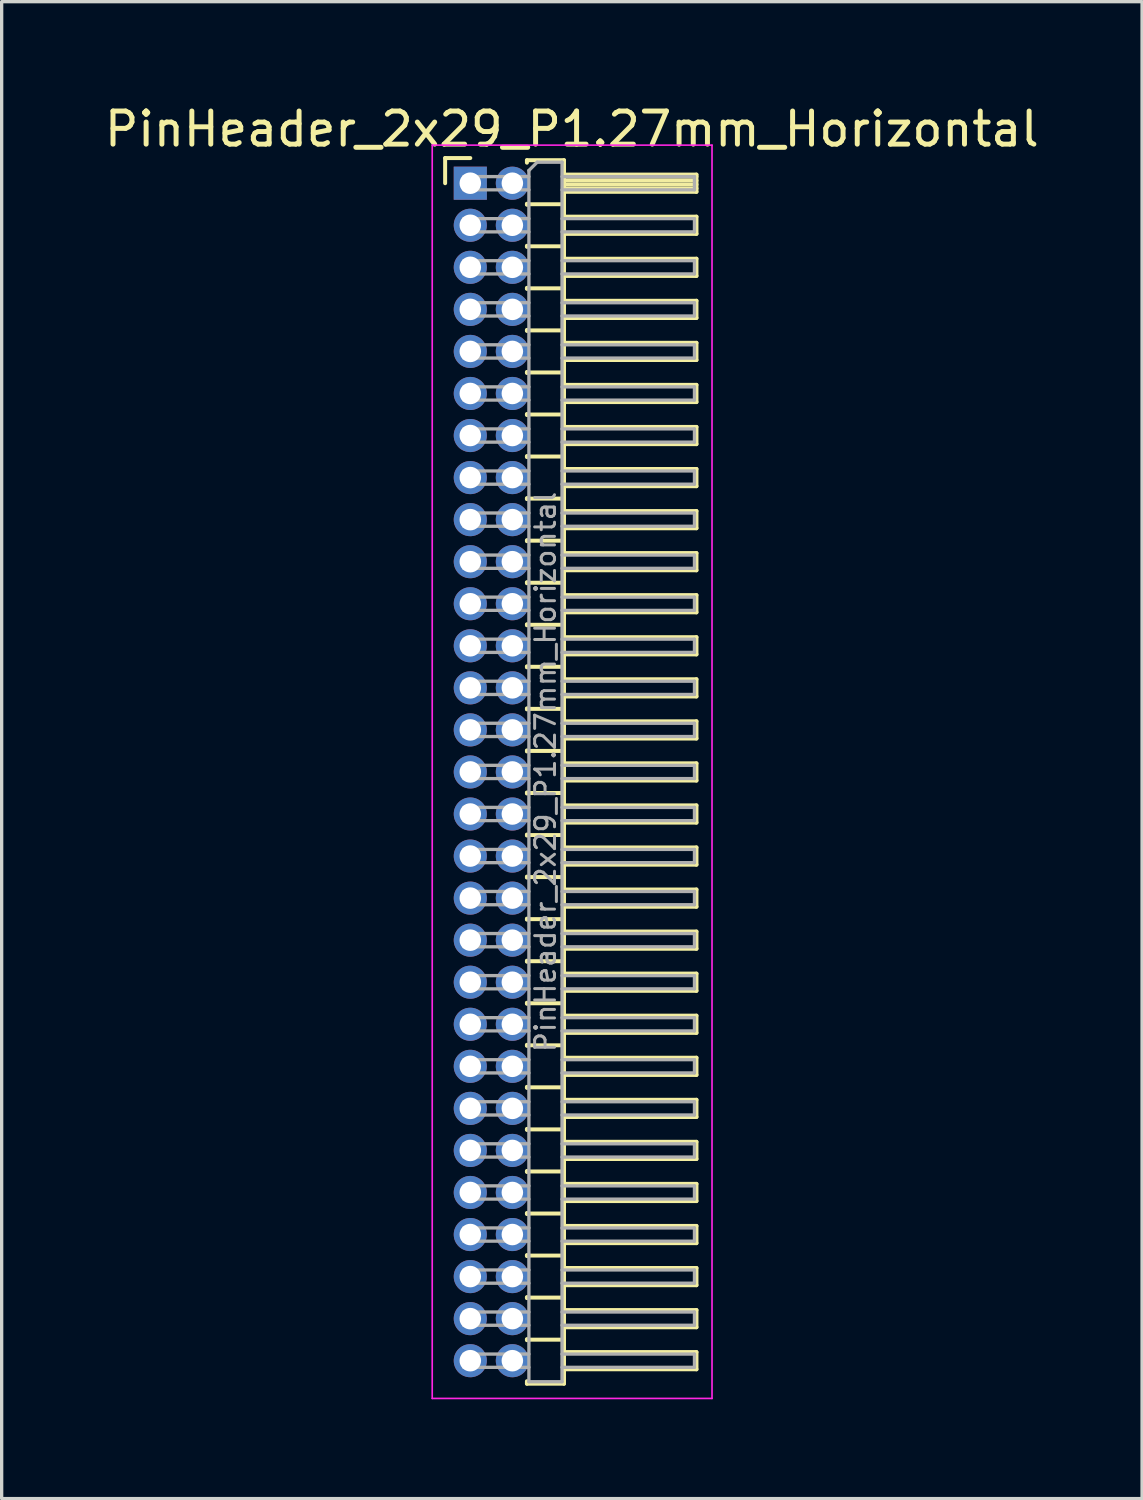
<source format=kicad_pcb>
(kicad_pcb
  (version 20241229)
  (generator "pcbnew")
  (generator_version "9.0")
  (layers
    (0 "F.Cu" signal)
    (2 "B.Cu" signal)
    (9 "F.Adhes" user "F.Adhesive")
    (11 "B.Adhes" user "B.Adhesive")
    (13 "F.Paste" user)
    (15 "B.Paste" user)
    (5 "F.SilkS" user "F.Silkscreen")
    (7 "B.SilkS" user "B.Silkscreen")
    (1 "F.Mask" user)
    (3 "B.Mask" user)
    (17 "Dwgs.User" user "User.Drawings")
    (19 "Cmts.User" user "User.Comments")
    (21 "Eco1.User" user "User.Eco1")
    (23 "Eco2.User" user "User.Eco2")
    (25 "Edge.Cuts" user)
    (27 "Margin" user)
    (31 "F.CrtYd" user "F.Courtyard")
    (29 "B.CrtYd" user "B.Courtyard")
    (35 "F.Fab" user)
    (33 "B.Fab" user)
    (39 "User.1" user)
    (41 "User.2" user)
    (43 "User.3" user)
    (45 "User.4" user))
  (footprint "PinHeader_2x29_P1.27mm_Horizontal"
    (layer "F.Cu")
    (at 11.153 2.483)
    (property "Reference" "PinHeader_2x29_P1.27mm_Horizontal" (at 3.067 -1.635 0) (layer "F.SilkS") (effects (font (size 1 1) (thickness 0.15))))
    (attr through_hole)
    (fp_line (start -0.76 -0.76) (end 0 -0.76) (stroke (width 0.12) (type solid)) (layer "F.SilkS"))
    (fp_line (start -0.76 0) (end -0.76 -0.76) (stroke (width 0.12) (type solid)) (layer "F.SilkS"))
    (fp_line (start 1.71 -0.695) (end 2.83 -0.695) (stroke (width 0.12) (type solid)) (layer "F.SilkS"))
    (fp_line (start 1.71 -0.62) (end 1.71 -0.695) (stroke (width 0.12) (type solid)) (layer "F.SilkS"))
    (fp_line (start 1.71 0.62) (end 1.71 0.65) (stroke (width 0.12) (type solid)) (layer "F.SilkS"))
    (fp_line (start 1.71 0.635) (end 2.83 0.635) (stroke (width 0.12) (type solid)) (layer "F.SilkS"))
    (fp_line (start 1.71 1.89) (end 1.71 1.92) (stroke (width 0.12) (type solid)) (layer "F.SilkS"))
    (fp_line (start 1.71 1.905) (end 2.83 1.905) (stroke (width 0.12) (type solid)) (layer "F.SilkS"))
    (fp_line (start 1.71 3.16) (end 1.71 3.19) (stroke (width 0.12) (type solid)) (layer "F.SilkS"))
    (fp_line (start 1.71 3.175) (end 2.83 3.175) (stroke (width 0.12) (type solid)) (layer "F.SilkS"))
    (fp_line (start 1.71 4.43) (end 1.71 4.46) (stroke (width 0.12) (type solid)) (layer "F.SilkS"))
    (fp_line (start 1.71 4.445) (end 2.83 4.445) (stroke (width 0.12) (type solid)) (layer "F.SilkS"))
    (fp_line (start 1.71 5.7) (end 1.71 5.73) (stroke (width 0.12) (type solid)) (layer "F.SilkS"))
    (fp_line (start 1.71 5.715) (end 2.83 5.715) (stroke (width 0.12) (type solid)) (layer "F.SilkS"))
    (fp_line (start 1.71 6.97) (end 1.71 7) (stroke (width 0.12) (type solid)) (layer "F.SilkS"))
    (fp_line (start 1.71 6.985) (end 2.83 6.985) (stroke (width 0.12) (type solid)) (layer "F.SilkS"))
    (fp_line (start 1.71 8.24) (end 1.71 8.27) (stroke (width 0.12) (type solid)) (layer "F.SilkS"))
    (fp_line (start 1.71 8.255) (end 2.83 8.255) (stroke (width 0.12) (type solid)) (layer "F.SilkS"))
    (fp_line (start 1.71 9.51) (end 1.71 9.54) (stroke (width 0.12) (type solid)) (layer "F.SilkS"))
    (fp_line (start 1.71 9.525) (end 2.83 9.525) (stroke (width 0.12) (type solid)) (layer "F.SilkS"))
    (fp_line (start 1.71 10.78) (end 1.71 10.81) (stroke (width 0.12) (type solid)) (layer "F.SilkS"))
    (fp_line (start 1.71 10.795) (end 2.83 10.795) (stroke (width 0.12) (type solid)) (layer "F.SilkS"))
    (fp_line (start 1.71 12.05) (end 1.71 12.08) (stroke (width 0.12) (type solid)) (layer "F.SilkS"))
    (fp_line (start 1.71 12.065) (end 2.83 12.065) (stroke (width 0.12) (type solid)) (layer "F.SilkS"))
    (fp_line (start 1.71 13.32) (end 1.71 13.35) (stroke (width 0.12) (type solid)) (layer "F.SilkS"))
    (fp_line (start 1.71 13.335) (end 2.83 13.335) (stroke (width 0.12) (type solid)) (layer "F.SilkS"))
    (fp_line (start 1.71 14.59) (end 1.71 14.62) (stroke (width 0.12) (type solid)) (layer "F.SilkS"))
    (fp_line (start 1.71 14.605) (end 2.83 14.605) (stroke (width 0.12) (type solid)) (layer "F.SilkS"))
    (fp_line (start 1.71 15.86) (end 1.71 15.89) (stroke (width 0.12) (type solid)) (layer "F.SilkS"))
    (fp_line (start 1.71 15.875) (end 2.83 15.875) (stroke (width 0.12) (type solid)) (layer "F.SilkS"))
    (fp_line (start 1.71 17.13) (end 1.71 17.16) (stroke (width 0.12) (type solid)) (layer "F.SilkS"))
    (fp_line (start 1.71 17.145) (end 2.83 17.145) (stroke (width 0.12) (type solid)) (layer "F.SilkS"))
    (fp_line (start 1.71 18.4) (end 1.71 18.43) (stroke (width 0.12) (type solid)) (layer "F.SilkS"))
    (fp_line (start 1.71 18.415) (end 2.83 18.415) (stroke (width 0.12) (type solid)) (layer "F.SilkS"))
    (fp_line (start 1.71 19.67) (end 1.71 19.7) (stroke (width 0.12) (type solid)) (layer "F.SilkS"))
    (fp_line (start 1.71 19.685) (end 2.83 19.685) (stroke (width 0.12) (type solid)) (layer "F.SilkS"))
    (fp_line (start 1.71 20.94) (end 1.71 20.97) (stroke (width 0.12) (type solid)) (layer "F.SilkS"))
    (fp_line (start 1.71 20.955) (end 2.83 20.955) (stroke (width 0.12) (type solid)) (layer "F.SilkS"))
    (fp_line (start 1.71 22.21) (end 1.71 22.24) (stroke (width 0.12) (type solid)) (layer "F.SilkS"))
    (fp_line (start 1.71 22.225) (end 2.83 22.225) (stroke (width 0.12) (type solid)) (layer "F.SilkS"))
    (fp_line (start 1.71 23.48) (end 1.71 23.51) (stroke (width 0.12) (type solid)) (layer "F.SilkS"))
    (fp_line (start 1.71 23.495) (end 2.83 23.495) (stroke (width 0.12) (type solid)) (layer "F.SilkS"))
    (fp_line (start 1.71 24.75) (end 1.71 24.78) (stroke (width 0.12) (type solid)) (layer "F.SilkS"))
    (fp_line (start 1.71 24.765) (end 2.83 24.765) (stroke (width 0.12) (type solid)) (layer "F.SilkS"))
    (fp_line (start 1.71 26.02) (end 1.71 26.05) (stroke (width 0.12) (type solid)) (layer "F.SilkS"))
    (fp_line (start 1.71 26.035) (end 2.83 26.035) (stroke (width 0.12) (type solid)) (layer "F.SilkS"))
    (fp_line (start 1.71 27.29) (end 1.71 27.32) (stroke (width 0.12) (type solid)) (layer "F.SilkS"))
    (fp_line (start 1.71 27.305) (end 2.83 27.305) (stroke (width 0.12) (type solid)) (layer "F.SilkS"))
    (fp_line (start 1.71 28.56) (end 1.71 28.59) (stroke (width 0.12) (type solid)) (layer "F.SilkS"))
    (fp_line (start 1.71 28.575) (end 2.83 28.575) (stroke (width 0.12) (type solid)) (layer "F.SilkS"))
    (fp_line (start 1.71 29.83) (end 1.71 29.86) (stroke (width 0.12) (type solid)) (layer "F.SilkS"))
    (fp_line (start 1.71 29.845) (end 2.83 29.845) (stroke (width 0.12) (type solid)) (layer "F.SilkS"))
    (fp_line (start 1.71 31.1) (end 1.71 31.13) (stroke (width 0.12) (type solid)) (layer "F.SilkS"))
    (fp_line (start 1.71 31.115) (end 2.83 31.115) (stroke (width 0.12) (type solid)) (layer "F.SilkS"))
    (fp_line (start 1.71 32.37) (end 1.71 32.4) (stroke (width 0.12) (type solid)) (layer "F.SilkS"))
    (fp_line (start 1.71 32.385) (end 2.83 32.385) (stroke (width 0.12) (type solid)) (layer "F.SilkS"))
    (fp_line (start 1.71 33.64) (end 1.71 33.67) (stroke (width 0.12) (type solid)) (layer "F.SilkS"))
    (fp_line (start 1.71 33.655) (end 2.83 33.655) (stroke (width 0.12) (type solid)) (layer "F.SilkS"))
    (fp_line (start 1.71 34.91) (end 1.71 34.94) (stroke (width 0.12) (type solid)) (layer "F.SilkS"))
    (fp_line (start 1.71 34.925) (end 2.83 34.925) (stroke (width 0.12) (type solid)) (layer "F.SilkS"))
    (fp_line (start 1.71 36.255) (end 1.71 36.18) (stroke (width 0.12) (type solid)) (layer "F.SilkS"))
    (fp_line (start 2.83 -0.695) (end 2.83 36.255) (stroke (width 0.12) (type solid)) (layer "F.SilkS"))
    (fp_line (start 2.83 -0.26) (end 6.83 -0.26) (stroke (width 0.12) (type solid)) (layer "F.SilkS"))
    (fp_line (start 2.83 -0.2) (end 6.83 -0.2) (stroke (width 0.12) (type solid)) (layer "F.SilkS"))
    (fp_line (start 2.83 -0.08) (end 6.83 -0.08) (stroke (width 0.12) (type solid)) (layer "F.SilkS"))
    (fp_line (start 2.83 0.04) (end 6.83 0.04) (stroke (width 0.12) (type solid)) (layer "F.SilkS"))
    (fp_line (start 2.83 0.16) (end 6.83 0.16) (stroke (width 0.12) (type solid)) (layer "F.SilkS"))
    (fp_line (start 2.83 1.01) (end 6.83 1.01) (stroke (width 0.12) (type solid)) (layer "F.SilkS"))
    (fp_line (start 2.83 2.28) (end 6.83 2.28) (stroke (width 0.12) (type solid)) (layer "F.SilkS"))
    (fp_line (start 2.83 3.55) (end 6.83 3.55) (stroke (width 0.12) (type solid)) (layer "F.SilkS"))
    (fp_line (start 2.83 4.82) (end 6.83 4.82) (stroke (width 0.12) (type solid)) (layer "F.SilkS"))
    (fp_line (start 2.83 6.09) (end 6.83 6.09) (stroke (width 0.12) (type solid)) (layer "F.SilkS"))
    (fp_line (start 2.83 7.36) (end 6.83 7.36) (stroke (width 0.12) (type solid)) (layer "F.SilkS"))
    (fp_line (start 2.83 8.63) (end 6.83 8.63) (stroke (width 0.12) (type solid)) (layer "F.SilkS"))
    (fp_line (start 2.83 9.9) (end 6.83 9.9) (stroke (width 0.12) (type solid)) (layer "F.SilkS"))
    (fp_line (start 2.83 11.17) (end 6.83 11.17) (stroke (width 0.12) (type solid)) (layer "F.SilkS"))
    (fp_line (start 2.83 12.44) (end 6.83 12.44) (stroke (width 0.12) (type solid)) (layer "F.SilkS"))
    (fp_line (start 2.83 13.71) (end 6.83 13.71) (stroke (width 0.12) (type solid)) (layer "F.SilkS"))
    (fp_line (start 2.83 14.98) (end 6.83 14.98) (stroke (width 0.12) (type solid)) (layer "F.SilkS"))
    (fp_line (start 2.83 16.25) (end 6.83 16.25) (stroke (width 0.12) (type solid)) (layer "F.SilkS"))
    (fp_line (start 2.83 17.52) (end 6.83 17.52) (stroke (width 0.12) (type solid)) (layer "F.SilkS"))
    (fp_line (start 2.83 18.79) (end 6.83 18.79) (stroke (width 0.12) (type solid)) (layer "F.SilkS"))
    (fp_line (start 2.83 20.06) (end 6.83 20.06) (stroke (width 0.12) (type solid)) (layer "F.SilkS"))
    (fp_line (start 2.83 21.33) (end 6.83 21.33) (stroke (width 0.12) (type solid)) (layer "F.SilkS"))
    (fp_line (start 2.83 22.6) (end 6.83 22.6) (stroke (width 0.12) (type solid)) (layer "F.SilkS"))
    (fp_line (start 2.83 23.87) (end 6.83 23.87) (stroke (width 0.12) (type solid)) (layer "F.SilkS"))
    (fp_line (start 2.83 25.14) (end 6.83 25.14) (stroke (width 0.12) (type solid)) (layer "F.SilkS"))
    (fp_line (start 2.83 26.41) (end 6.83 26.41) (stroke (width 0.12) (type solid)) (layer "F.SilkS"))
    (fp_line (start 2.83 27.68) (end 6.83 27.68) (stroke (width 0.12) (type solid)) (layer "F.SilkS"))
    (fp_line (start 2.83 28.95) (end 6.83 28.95) (stroke (width 0.12) (type solid)) (layer "F.SilkS"))
    (fp_line (start 2.83 30.22) (end 6.83 30.22) (stroke (width 0.12) (type solid)) (layer "F.SilkS"))
    (fp_line (start 2.83 31.49) (end 6.83 31.49) (stroke (width 0.12) (type solid)) (layer "F.SilkS"))
    (fp_line (start 2.83 32.76) (end 6.83 32.76) (stroke (width 0.12) (type solid)) (layer "F.SilkS"))
    (fp_line (start 2.83 34.03) (end 6.83 34.03) (stroke (width 0.12) (type solid)) (layer "F.SilkS"))
    (fp_line (start 2.83 35.3) (end 6.83 35.3) (stroke (width 0.12) (type solid)) (layer "F.SilkS"))
    (fp_line (start 2.83 36.255) (end 1.71 36.255) (stroke (width 0.12) (type solid)) (layer "F.SilkS"))
    (fp_line (start 6.83 -0.26) (end 6.83 0.26) (stroke (width 0.12) (type solid)) (layer "F.SilkS"))
    (fp_line (start 6.83 0.26) (end 2.83 0.26) (stroke (width 0.12) (type solid)) (layer "F.SilkS"))
    (fp_line (start 6.83 1.01) (end 6.83 1.53) (stroke (width 0.12) (type solid)) (layer "F.SilkS"))
    (fp_line (start 6.83 1.53) (end 2.83 1.53) (stroke (width 0.12) (type solid)) (layer "F.SilkS"))
    (fp_line (start 6.83 2.28) (end 6.83 2.8) (stroke (width 0.12) (type solid)) (layer "F.SilkS"))
    (fp_line (start 6.83 2.8) (end 2.83 2.8) (stroke (width 0.12) (type solid)) (layer "F.SilkS"))
    (fp_line (start 6.83 3.55) (end 6.83 4.07) (stroke (width 0.12) (type solid)) (layer "F.SilkS"))
    (fp_line (start 6.83 4.07) (end 2.83 4.07) (stroke (width 0.12) (type solid)) (layer "F.SilkS"))
    (fp_line (start 6.83 4.82) (end 6.83 5.34) (stroke (width 0.12) (type solid)) (layer "F.SilkS"))
    (fp_line (start 6.83 5.34) (end 2.83 5.34) (stroke (width 0.12) (type solid)) (layer "F.SilkS"))
    (fp_line (start 6.83 6.09) (end 6.83 6.61) (stroke (width 0.12) (type solid)) (layer "F.SilkS"))
    (fp_line (start 6.83 6.61) (end 2.83 6.61) (stroke (width 0.12) (type solid)) (layer "F.SilkS"))
    (fp_line (start 6.83 7.36) (end 6.83 7.88) (stroke (width 0.12) (type solid)) (layer "F.SilkS"))
    (fp_line (start 6.83 7.88) (end 2.83 7.88) (stroke (width 0.12) (type solid)) (layer "F.SilkS"))
    (fp_line (start 6.83 8.63) (end 6.83 9.15) (stroke (width 0.12) (type solid)) (layer "F.SilkS"))
    (fp_line (start 6.83 9.15) (end 2.83 9.15) (stroke (width 0.12) (type solid)) (layer "F.SilkS"))
    (fp_line (start 6.83 9.9) (end 6.83 10.42) (stroke (width 0.12) (type solid)) (layer "F.SilkS"))
    (fp_line (start 6.83 10.42) (end 2.83 10.42) (stroke (width 0.12) (type solid)) (layer "F.SilkS"))
    (fp_line (start 6.83 11.17) (end 6.83 11.69) (stroke (width 0.12) (type solid)) (layer "F.SilkS"))
    (fp_line (start 6.83 11.69) (end 2.83 11.69) (stroke (width 0.12) (type solid)) (layer "F.SilkS"))
    (fp_line (start 6.83 12.44) (end 6.83 12.96) (stroke (width 0.12) (type solid)) (layer "F.SilkS"))
    (fp_line (start 6.83 12.96) (end 2.83 12.96) (stroke (width 0.12) (type solid)) (layer "F.SilkS"))
    (fp_line (start 6.83 13.71) (end 6.83 14.23) (stroke (width 0.12) (type solid)) (layer "F.SilkS"))
    (fp_line (start 6.83 14.23) (end 2.83 14.23) (stroke (width 0.12) (type solid)) (layer "F.SilkS"))
    (fp_line (start 6.83 14.98) (end 6.83 15.5) (stroke (width 0.12) (type solid)) (layer "F.SilkS"))
    (fp_line (start 6.83 15.5) (end 2.83 15.5) (stroke (width 0.12) (type solid)) (layer "F.SilkS"))
    (fp_line (start 6.83 16.25) (end 6.83 16.77) (stroke (width 0.12) (type solid)) (layer "F.SilkS"))
    (fp_line (start 6.83 16.77) (end 2.83 16.77) (stroke (width 0.12) (type solid)) (layer "F.SilkS"))
    (fp_line (start 6.83 17.52) (end 6.83 18.04) (stroke (width 0.12) (type solid)) (layer "F.SilkS"))
    (fp_line (start 6.83 18.04) (end 2.83 18.04) (stroke (width 0.12) (type solid)) (layer "F.SilkS"))
    (fp_line (start 6.83 18.79) (end 6.83 19.31) (stroke (width 0.12) (type solid)) (layer "F.SilkS"))
    (fp_line (start 6.83 19.31) (end 2.83 19.31) (stroke (width 0.12) (type solid)) (layer "F.SilkS"))
    (fp_line (start 6.83 20.06) (end 6.83 20.58) (stroke (width 0.12) (type solid)) (layer "F.SilkS"))
    (fp_line (start 6.83 20.58) (end 2.83 20.58) (stroke (width 0.12) (type solid)) (layer "F.SilkS"))
    (fp_line (start 6.83 21.33) (end 6.83 21.85) (stroke (width 0.12) (type solid)) (layer "F.SilkS"))
    (fp_line (start 6.83 21.85) (end 2.83 21.85) (stroke (width 0.12) (type solid)) (layer "F.SilkS"))
    (fp_line (start 6.83 22.6) (end 6.83 23.12) (stroke (width 0.12) (type solid)) (layer "F.SilkS"))
    (fp_line (start 6.83 23.12) (end 2.83 23.12) (stroke (width 0.12) (type solid)) (layer "F.SilkS"))
    (fp_line (start 6.83 23.87) (end 6.83 24.39) (stroke (width 0.12) (type solid)) (layer "F.SilkS"))
    (fp_line (start 6.83 24.39) (end 2.83 24.39) (stroke (width 0.12) (type solid)) (layer "F.SilkS"))
    (fp_line (start 6.83 25.14) (end 6.83 25.66) (stroke (width 0.12) (type solid)) (layer "F.SilkS"))
    (fp_line (start 6.83 25.66) (end 2.83 25.66) (stroke (width 0.12) (type solid)) (layer "F.SilkS"))
    (fp_line (start 6.83 26.41) (end 6.83 26.93) (stroke (width 0.12) (type solid)) (layer "F.SilkS"))
    (fp_line (start 6.83 26.93) (end 2.83 26.93) (stroke (width 0.12) (type solid)) (layer "F.SilkS"))
    (fp_line (start 6.83 27.68) (end 6.83 28.2) (stroke (width 0.12) (type solid)) (layer "F.SilkS"))
    (fp_line (start 6.83 28.2) (end 2.83 28.2) (stroke (width 0.12) (type solid)) (layer "F.SilkS"))
    (fp_line (start 6.83 28.95) (end 6.83 29.47) (stroke (width 0.12) (type solid)) (layer "F.SilkS"))
    (fp_line (start 6.83 29.47) (end 2.83 29.47) (stroke (width 0.12) (type solid)) (layer "F.SilkS"))
    (fp_line (start 6.83 30.22) (end 6.83 30.74) (stroke (width 0.12) (type solid)) (layer "F.SilkS"))
    (fp_line (start 6.83 30.74) (end 2.83 30.74) (stroke (width 0.12) (type solid)) (layer "F.SilkS"))
    (fp_line (start 6.83 31.49) (end 6.83 32.01) (stroke (width 0.12) (type solid)) (layer "F.SilkS"))
    (fp_line (start 6.83 32.01) (end 2.83 32.01) (stroke (width 0.12) (type solid)) (layer "F.SilkS"))
    (fp_line (start 6.83 32.76) (end 6.83 33.28) (stroke (width 0.12) (type solid)) (layer "F.SilkS"))
    (fp_line (start 6.83 33.28) (end 2.83 33.28) (stroke (width 0.12) (type solid)) (layer "F.SilkS"))
    (fp_line (start 6.83 34.03) (end 6.83 34.55) (stroke (width 0.12) (type solid)) (layer "F.SilkS"))
    (fp_line (start 6.83 34.55) (end 2.83 34.55) (stroke (width 0.12) (type solid)) (layer "F.SilkS"))
    (fp_line (start 6.83 35.3) (end 6.83 35.82) (stroke (width 0.12) (type solid)) (layer "F.SilkS"))
    (fp_line (start 6.83 35.82) (end 2.83 35.82) (stroke (width 0.12) (type solid)) (layer "F.SilkS"))
    (fp_line (start -1.15 -1.15) (end -1.15 36.7) (stroke (width 0.05) (type solid)) (layer "F.CrtYd"))
    (fp_line (start -1.15 36.7) (end 7.3 36.7) (stroke (width 0.05) (type solid)) (layer "F.CrtYd"))
    (fp_line (start 7.3 -1.15) (end -1.15 -1.15) (stroke (width 0.05) (type solid)) (layer "F.CrtYd"))
    (fp_line (start 7.3 36.7) (end 7.3 -1.15) (stroke (width 0.05) (type solid)) (layer "F.CrtYd"))
    (fp_line (start -0.2 -0.2) (end -0.2 0.2) (stroke (width 0.1) (type solid)) (layer "F.Fab"))
    (fp_line (start -0.2 -0.2) (end 1.77 -0.2) (stroke (width 0.1) (type solid)) (layer "F.Fab"))
    (fp_line (start -0.2 0.2) (end 1.77 0.2) (stroke (width 0.1) (type solid)) (layer "F.Fab"))
    (fp_line (start -0.2 1.07) (end -0.2 1.47) (stroke (width 0.1) (type solid)) (layer "F.Fab"))
    (fp_line (start -0.2 1.07) (end 1.77 1.07) (stroke (width 0.1) (type solid)) (layer "F.Fab"))
    (fp_line (start -0.2 1.47) (end 1.77 1.47) (stroke (width 0.1) (type solid)) (layer "F.Fab"))
    (fp_line (start -0.2 2.34) (end -0.2 2.74) (stroke (width 0.1) (type solid)) (layer "F.Fab"))
    (fp_line (start -0.2 2.34) (end 1.77 2.34) (stroke (width 0.1) (type solid)) (layer "F.Fab"))
    (fp_line (start -0.2 2.74) (end 1.77 2.74) (stroke (width 0.1) (type solid)) (layer "F.Fab"))
    (fp_line (start -0.2 3.61) (end -0.2 4.01) (stroke (width 0.1) (type solid)) (layer "F.Fab"))
    (fp_line (start -0.2 3.61) (end 1.77 3.61) (stroke (width 0.1) (type solid)) (layer "F.Fab"))
    (fp_line (start -0.2 4.01) (end 1.77 4.01) (stroke (width 0.1) (type solid)) (layer "F.Fab"))
    (fp_line (start -0.2 4.88) (end -0.2 5.28) (stroke (width 0.1) (type solid)) (layer "F.Fab"))
    (fp_line (start -0.2 4.88) (end 1.77 4.88) (stroke (width 0.1) (type solid)) (layer "F.Fab"))
    (fp_line (start -0.2 5.28) (end 1.77 5.28) (stroke (width 0.1) (type solid)) (layer "F.Fab"))
    (fp_line (start -0.2 6.15) (end -0.2 6.55) (stroke (width 0.1) (type solid)) (layer "F.Fab"))
    (fp_line (start -0.2 6.15) (end 1.77 6.15) (stroke (width 0.1) (type solid)) (layer "F.Fab"))
    (fp_line (start -0.2 6.55) (end 1.77 6.55) (stroke (width 0.1) (type solid)) (layer "F.Fab"))
    (fp_line (start -0.2 7.42) (end -0.2 7.82) (stroke (width 0.1) (type solid)) (layer "F.Fab"))
    (fp_line (start -0.2 7.42) (end 1.77 7.42) (stroke (width 0.1) (type solid)) (layer "F.Fab"))
    (fp_line (start -0.2 7.82) (end 1.77 7.82) (stroke (width 0.1) (type solid)) (layer "F.Fab"))
    (fp_line (start -0.2 8.69) (end -0.2 9.09) (stroke (width 0.1) (type solid)) (layer "F.Fab"))
    (fp_line (start -0.2 8.69) (end 1.77 8.69) (stroke (width 0.1) (type solid)) (layer "F.Fab"))
    (fp_line (start -0.2 9.09) (end 1.77 9.09) (stroke (width 0.1) (type solid)) (layer "F.Fab"))
    (fp_line (start -0.2 9.96) (end -0.2 10.36) (stroke (width 0.1) (type solid)) (layer "F.Fab"))
    (fp_line (start -0.2 9.96) (end 1.77 9.96) (stroke (width 0.1) (type solid)) (layer "F.Fab"))
    (fp_line (start -0.2 10.36) (end 1.77 10.36) (stroke (width 0.1) (type solid)) (layer "F.Fab"))
    (fp_line (start -0.2 11.23) (end -0.2 11.63) (stroke (width 0.1) (type solid)) (layer "F.Fab"))
    (fp_line (start -0.2 11.23) (end 1.77 11.23) (stroke (width 0.1) (type solid)) (layer "F.Fab"))
    (fp_line (start -0.2 11.63) (end 1.77 11.63) (stroke (width 0.1) (type solid)) (layer "F.Fab"))
    (fp_line (start -0.2 12.5) (end -0.2 12.9) (stroke (width 0.1) (type solid)) (layer "F.Fab"))
    (fp_line (start -0.2 12.5) (end 1.77 12.5) (stroke (width 0.1) (type solid)) (layer "F.Fab"))
    (fp_line (start -0.2 12.9) (end 1.77 12.9) (stroke (width 0.1) (type solid)) (layer "F.Fab"))
    (fp_line (start -0.2 13.77) (end -0.2 14.17) (stroke (width 0.1) (type solid)) (layer "F.Fab"))
    (fp_line (start -0.2 13.77) (end 1.77 13.77) (stroke (width 0.1) (type solid)) (layer "F.Fab"))
    (fp_line (start -0.2 14.17) (end 1.77 14.17) (stroke (width 0.1) (type solid)) (layer "F.Fab"))
    (fp_line (start -0.2 15.04) (end -0.2 15.44) (stroke (width 0.1) (type solid)) (layer "F.Fab"))
    (fp_line (start -0.2 15.04) (end 1.77 15.04) (stroke (width 0.1) (type solid)) (layer "F.Fab"))
    (fp_line (start -0.2 15.44) (end 1.77 15.44) (stroke (width 0.1) (type solid)) (layer "F.Fab"))
    (fp_line (start -0.2 16.31) (end -0.2 16.71) (stroke (width 0.1) (type solid)) (layer "F.Fab"))
    (fp_line (start -0.2 16.31) (end 1.77 16.31) (stroke (width 0.1) (type solid)) (layer "F.Fab"))
    (fp_line (start -0.2 16.71) (end 1.77 16.71) (stroke (width 0.1) (type solid)) (layer "F.Fab"))
    (fp_line (start -0.2 17.58) (end -0.2 17.98) (stroke (width 0.1) (type solid)) (layer "F.Fab"))
    (fp_line (start -0.2 17.58) (end 1.77 17.58) (stroke (width 0.1) (type solid)) (layer "F.Fab"))
    (fp_line (start -0.2 17.98) (end 1.77 17.98) (stroke (width 0.1) (type solid)) (layer "F.Fab"))
    (fp_line (start -0.2 18.85) (end -0.2 19.25) (stroke (width 0.1) (type solid)) (layer "F.Fab"))
    (fp_line (start -0.2 18.85) (end 1.77 18.85) (stroke (width 0.1) (type solid)) (layer "F.Fab"))
    (fp_line (start -0.2 19.25) (end 1.77 19.25) (stroke (width 0.1) (type solid)) (layer "F.Fab"))
    (fp_line (start -0.2 20.12) (end -0.2 20.52) (stroke (width 0.1) (type solid)) (layer "F.Fab"))
    (fp_line (start -0.2 20.12) (end 1.77 20.12) (stroke (width 0.1) (type solid)) (layer "F.Fab"))
    (fp_line (start -0.2 20.52) (end 1.77 20.52) (stroke (width 0.1) (type solid)) (layer "F.Fab"))
    (fp_line (start -0.2 21.39) (end -0.2 21.79) (stroke (width 0.1) (type solid)) (layer "F.Fab"))
    (fp_line (start -0.2 21.39) (end 1.77 21.39) (stroke (width 0.1) (type solid)) (layer "F.Fab"))
    (fp_line (start -0.2 21.79) (end 1.77 21.79) (stroke (width 0.1) (type solid)) (layer "F.Fab"))
    (fp_line (start -0.2 22.66) (end -0.2 23.06) (stroke (width 0.1) (type solid)) (layer "F.Fab"))
    (fp_line (start -0.2 22.66) (end 1.77 22.66) (stroke (width 0.1) (type solid)) (layer "F.Fab"))
    (fp_line (start -0.2 23.06) (end 1.77 23.06) (stroke (width 0.1) (type solid)) (layer "F.Fab"))
    (fp_line (start -0.2 23.93) (end -0.2 24.33) (stroke (width 0.1) (type solid)) (layer "F.Fab"))
    (fp_line (start -0.2 23.93) (end 1.77 23.93) (stroke (width 0.1) (type solid)) (layer "F.Fab"))
    (fp_line (start -0.2 24.33) (end 1.77 24.33) (stroke (width 0.1) (type solid)) (layer "F.Fab"))
    (fp_line (start -0.2 25.2) (end -0.2 25.6) (stroke (width 0.1) (type solid)) (layer "F.Fab"))
    (fp_line (start -0.2 25.2) (end 1.77 25.2) (stroke (width 0.1) (type solid)) (layer "F.Fab"))
    (fp_line (start -0.2 25.6) (end 1.77 25.6) (stroke (width 0.1) (type solid)) (layer "F.Fab"))
    (fp_line (start -0.2 26.47) (end -0.2 26.87) (stroke (width 0.1) (type solid)) (layer "F.Fab"))
    (fp_line (start -0.2 26.47) (end 1.77 26.47) (stroke (width 0.1) (type solid)) (layer "F.Fab"))
    (fp_line (start -0.2 26.87) (end 1.77 26.87) (stroke (width 0.1) (type solid)) (layer "F.Fab"))
    (fp_line (start -0.2 27.74) (end -0.2 28.14) (stroke (width 0.1) (type solid)) (layer "F.Fab"))
    (fp_line (start -0.2 27.74) (end 1.77 27.74) (stroke (width 0.1) (type solid)) (layer "F.Fab"))
    (fp_line (start -0.2 28.14) (end 1.77 28.14) (stroke (width 0.1) (type solid)) (layer "F.Fab"))
    (fp_line (start -0.2 29.01) (end -0.2 29.41) (stroke (width 0.1) (type solid)) (layer "F.Fab"))
    (fp_line (start -0.2 29.01) (end 1.77 29.01) (stroke (width 0.1) (type solid)) (layer "F.Fab"))
    (fp_line (start -0.2 29.41) (end 1.77 29.41) (stroke (width 0.1) (type solid)) (layer "F.Fab"))
    (fp_line (start -0.2 30.28) (end -0.2 30.68) (stroke (width 0.1) (type solid)) (layer "F.Fab"))
    (fp_line (start -0.2 30.28) (end 1.77 30.28) (stroke (width 0.1) (type solid)) (layer "F.Fab"))
    (fp_line (start -0.2 30.68) (end 1.77 30.68) (stroke (width 0.1) (type solid)) (layer "F.Fab"))
    (fp_line (start -0.2 31.55) (end -0.2 31.95) (stroke (width 0.1) (type solid)) (layer "F.Fab"))
    (fp_line (start -0.2 31.55) (end 1.77 31.55) (stroke (width 0.1) (type solid)) (layer "F.Fab"))
    (fp_line (start -0.2 31.95) (end 1.77 31.95) (stroke (width 0.1) (type solid)) (layer "F.Fab"))
    (fp_line (start -0.2 32.82) (end -0.2 33.22) (stroke (width 0.1) (type solid)) (layer "F.Fab"))
    (fp_line (start -0.2 32.82) (end 1.77 32.82) (stroke (width 0.1) (type solid)) (layer "F.Fab"))
    (fp_line (start -0.2 33.22) (end 1.77 33.22) (stroke (width 0.1) (type solid)) (layer "F.Fab"))
    (fp_line (start -0.2 34.09) (end -0.2 34.49) (stroke (width 0.1) (type solid)) (layer "F.Fab"))
    (fp_line (start -0.2 34.09) (end 1.77 34.09) (stroke (width 0.1) (type solid)) (layer "F.Fab"))
    (fp_line (start -0.2 34.49) (end 1.77 34.49) (stroke (width 0.1) (type solid)) (layer "F.Fab"))
    (fp_line (start -0.2 35.36) (end -0.2 35.76) (stroke (width 0.1) (type solid)) (layer "F.Fab"))
    (fp_line (start -0.2 35.36) (end 1.77 35.36) (stroke (width 0.1) (type solid)) (layer "F.Fab"))
    (fp_line (start -0.2 35.76) (end 1.77 35.76) (stroke (width 0.1) (type solid)) (layer "F.Fab"))
    (fp_line (start 1.77 -0.385) (end 2.02 -0.635) (stroke (width 0.1) (type solid)) (layer "F.Fab"))
    (fp_line (start 1.77 36.195) (end 1.77 -0.385) (stroke (width 0.1) (type solid)) (layer "F.Fab"))
    (fp_line (start 2.02 -0.635) (end 2.77 -0.635) (stroke (width 0.1) (type solid)) (layer "F.Fab"))
    (fp_line (start 2.77 -0.635) (end 2.77 36.195) (stroke (width 0.1) (type solid)) (layer "F.Fab"))
    (fp_line (start 2.77 -0.2) (end 6.77 -0.2) (stroke (width 0.1) (type solid)) (layer "F.Fab"))
    (fp_line (start 2.77 0.2) (end 6.77 0.2) (stroke (width 0.1) (type solid)) (layer "F.Fab"))
    (fp_line (start 2.77 1.07) (end 6.77 1.07) (stroke (width 0.1) (type solid)) (layer "F.Fab"))
    (fp_line (start 2.77 1.47) (end 6.77 1.47) (stroke (width 0.1) (type solid)) (layer "F.Fab"))
    (fp_line (start 2.77 2.34) (end 6.77 2.34) (stroke (width 0.1) (type solid)) (layer "F.Fab"))
    (fp_line (start 2.77 2.74) (end 6.77 2.74) (stroke (width 0.1) (type solid)) (layer "F.Fab"))
    (fp_line (start 2.77 3.61) (end 6.77 3.61) (stroke (width 0.1) (type solid)) (layer "F.Fab"))
    (fp_line (start 2.77 4.01) (end 6.77 4.01) (stroke (width 0.1) (type solid)) (layer "F.Fab"))
    (fp_line (start 2.77 4.88) (end 6.77 4.88) (stroke (width 0.1) (type solid)) (layer "F.Fab"))
    (fp_line (start 2.77 5.28) (end 6.77 5.28) (stroke (width 0.1) (type solid)) (layer "F.Fab"))
    (fp_line (start 2.77 6.15) (end 6.77 6.15) (stroke (width 0.1) (type solid)) (layer "F.Fab"))
    (fp_line (start 2.77 6.55) (end 6.77 6.55) (stroke (width 0.1) (type solid)) (layer "F.Fab"))
    (fp_line (start 2.77 7.42) (end 6.77 7.42) (stroke (width 0.1) (type solid)) (layer "F.Fab"))
    (fp_line (start 2.77 7.82) (end 6.77 7.82) (stroke (width 0.1) (type solid)) (layer "F.Fab"))
    (fp_line (start 2.77 8.69) (end 6.77 8.69) (stroke (width 0.1) (type solid)) (layer "F.Fab"))
    (fp_line (start 2.77 9.09) (end 6.77 9.09) (stroke (width 0.1) (type solid)) (layer "F.Fab"))
    (fp_line (start 2.77 9.96) (end 6.77 9.96) (stroke (width 0.1) (type solid)) (layer "F.Fab"))
    (fp_line (start 2.77 10.36) (end 6.77 10.36) (stroke (width 0.1) (type solid)) (layer "F.Fab"))
    (fp_line (start 2.77 11.23) (end 6.77 11.23) (stroke (width 0.1) (type solid)) (layer "F.Fab"))
    (fp_line (start 2.77 11.63) (end 6.77 11.63) (stroke (width 0.1) (type solid)) (layer "F.Fab"))
    (fp_line (start 2.77 12.5) (end 6.77 12.5) (stroke (width 0.1) (type solid)) (layer "F.Fab"))
    (fp_line (start 2.77 12.9) (end 6.77 12.9) (stroke (width 0.1) (type solid)) (layer "F.Fab"))
    (fp_line (start 2.77 13.77) (end 6.77 13.77) (stroke (width 0.1) (type solid)) (layer "F.Fab"))
    (fp_line (start 2.77 14.17) (end 6.77 14.17) (stroke (width 0.1) (type solid)) (layer "F.Fab"))
    (fp_line (start 2.77 15.04) (end 6.77 15.04) (stroke (width 0.1) (type solid)) (layer "F.Fab"))
    (fp_line (start 2.77 15.44) (end 6.77 15.44) (stroke (width 0.1) (type solid)) (layer "F.Fab"))
    (fp_line (start 2.77 16.31) (end 6.77 16.31) (stroke (width 0.1) (type solid)) (layer "F.Fab"))
    (fp_line (start 2.77 16.71) (end 6.77 16.71) (stroke (width 0.1) (type solid)) (layer "F.Fab"))
    (fp_line (start 2.77 17.58) (end 6.77 17.58) (stroke (width 0.1) (type solid)) (layer "F.Fab"))
    (fp_line (start 2.77 17.98) (end 6.77 17.98) (stroke (width 0.1) (type solid)) (layer "F.Fab"))
    (fp_line (start 2.77 18.85) (end 6.77 18.85) (stroke (width 0.1) (type solid)) (layer "F.Fab"))
    (fp_line (start 2.77 19.25) (end 6.77 19.25) (stroke (width 0.1) (type solid)) (layer "F.Fab"))
    (fp_line (start 2.77 20.12) (end 6.77 20.12) (stroke (width 0.1) (type solid)) (layer "F.Fab"))
    (fp_line (start 2.77 20.52) (end 6.77 20.52) (stroke (width 0.1) (type solid)) (layer "F.Fab"))
    (fp_line (start 2.77 21.39) (end 6.77 21.39) (stroke (width 0.1) (type solid)) (layer "F.Fab"))
    (fp_line (start 2.77 21.79) (end 6.77 21.79) (stroke (width 0.1) (type solid)) (layer "F.Fab"))
    (fp_line (start 2.77 22.66) (end 6.77 22.66) (stroke (width 0.1) (type solid)) (layer "F.Fab"))
    (fp_line (start 2.77 23.06) (end 6.77 23.06) (stroke (width 0.1) (type solid)) (layer "F.Fab"))
    (fp_line (start 2.77 23.93) (end 6.77 23.93) (stroke (width 0.1) (type solid)) (layer "F.Fab"))
    (fp_line (start 2.77 24.33) (end 6.77 24.33) (stroke (width 0.1) (type solid)) (layer "F.Fab"))
    (fp_line (start 2.77 25.2) (end 6.77 25.2) (stroke (width 0.1) (type solid)) (layer "F.Fab"))
    (fp_line (start 2.77 25.6) (end 6.77 25.6) (stroke (width 0.1) (type solid)) (layer "F.Fab"))
    (fp_line (start 2.77 26.47) (end 6.77 26.47) (stroke (width 0.1) (type solid)) (layer "F.Fab"))
    (fp_line (start 2.77 26.87) (end 6.77 26.87) (stroke (width 0.1) (type solid)) (layer "F.Fab"))
    (fp_line (start 2.77 27.74) (end 6.77 27.74) (stroke (width 0.1) (type solid)) (layer "F.Fab"))
    (fp_line (start 2.77 28.14) (end 6.77 28.14) (stroke (width 0.1) (type solid)) (layer "F.Fab"))
    (fp_line (start 2.77 29.01) (end 6.77 29.01) (stroke (width 0.1) (type solid)) (layer "F.Fab"))
    (fp_line (start 2.77 29.41) (end 6.77 29.41) (stroke (width 0.1) (type solid)) (layer "F.Fab"))
    (fp_line (start 2.77 30.28) (end 6.77 30.28) (stroke (width 0.1) (type solid)) (layer "F.Fab"))
    (fp_line (start 2.77 30.68) (end 6.77 30.68) (stroke (width 0.1) (type solid)) (layer "F.Fab"))
    (fp_line (start 2.77 31.55) (end 6.77 31.55) (stroke (width 0.1) (type solid)) (layer "F.Fab"))
    (fp_line (start 2.77 31.95) (end 6.77 31.95) (stroke (width 0.1) (type solid)) (layer "F.Fab"))
    (fp_line (start 2.77 32.82) (end 6.77 32.82) (stroke (width 0.1) (type solid)) (layer "F.Fab"))
    (fp_line (start 2.77 33.22) (end 6.77 33.22) (stroke (width 0.1) (type solid)) (layer "F.Fab"))
    (fp_line (start 2.77 34.09) (end 6.77 34.09) (stroke (width 0.1) (type solid)) (layer "F.Fab"))
    (fp_line (start 2.77 34.49) (end 6.77 34.49) (stroke (width 0.1) (type solid)) (layer "F.Fab"))
    (fp_line (start 2.77 35.36) (end 6.77 35.36) (stroke (width 0.1) (type solid)) (layer "F.Fab"))
    (fp_line (start 2.77 35.76) (end 6.77 35.76) (stroke (width 0.1) (type solid)) (layer "F.Fab"))
    (fp_line (start 2.77 36.195) (end 1.77 36.195) (stroke (width 0.1) (type solid)) (layer "F.Fab"))
    (fp_line (start 6.77 -0.2) (end 6.77 0.2) (stroke (width 0.1) (type solid)) (layer "F.Fab"))
    (fp_line (start 6.77 1.07) (end 6.77 1.47) (stroke (width 0.1) (type solid)) (layer "F.Fab"))
    (fp_line (start 6.77 2.34) (end 6.77 2.74) (stroke (width 0.1) (type solid)) (layer "F.Fab"))
    (fp_line (start 6.77 3.61) (end 6.77 4.01) (stroke (width 0.1) (type solid)) (layer "F.Fab"))
    (fp_line (start 6.77 4.88) (end 6.77 5.28) (stroke (width 0.1) (type solid)) (layer "F.Fab"))
    (fp_line (start 6.77 6.15) (end 6.77 6.55) (stroke (width 0.1) (type solid)) (layer "F.Fab"))
    (fp_line (start 6.77 7.42) (end 6.77 7.82) (stroke (width 0.1) (type solid)) (layer "F.Fab"))
    (fp_line (start 6.77 8.69) (end 6.77 9.09) (stroke (width 0.1) (type solid)) (layer "F.Fab"))
    (fp_line (start 6.77 9.96) (end 6.77 10.36) (stroke (width 0.1) (type solid)) (layer "F.Fab"))
    (fp_line (start 6.77 11.23) (end 6.77 11.63) (stroke (width 0.1) (type solid)) (layer "F.Fab"))
    (fp_line (start 6.77 12.5) (end 6.77 12.9) (stroke (width 0.1) (type solid)) (layer "F.Fab"))
    (fp_line (start 6.77 13.77) (end 6.77 14.17) (stroke (width 0.1) (type solid)) (layer "F.Fab"))
    (fp_line (start 6.77 15.04) (end 6.77 15.44) (stroke (width 0.1) (type solid)) (layer "F.Fab"))
    (fp_line (start 6.77 16.31) (end 6.77 16.71) (stroke (width 0.1) (type solid)) (layer "F.Fab"))
    (fp_line (start 6.77 17.58) (end 6.77 17.98) (stroke (width 0.1) (type solid)) (layer "F.Fab"))
    (fp_line (start 6.77 18.85) (end 6.77 19.25) (stroke (width 0.1) (type solid)) (layer "F.Fab"))
    (fp_line (start 6.77 20.12) (end 6.77 20.52) (stroke (width 0.1) (type solid)) (layer "F.Fab"))
    (fp_line (start 6.77 21.39) (end 6.77 21.79) (stroke (width 0.1) (type solid)) (layer "F.Fab"))
    (fp_line (start 6.77 22.66) (end 6.77 23.06) (stroke (width 0.1) (type solid)) (layer "F.Fab"))
    (fp_line (start 6.77 23.93) (end 6.77 24.33) (stroke (width 0.1) (type solid)) (layer "F.Fab"))
    (fp_line (start 6.77 25.2) (end 6.77 25.6) (stroke (width 0.1) (type solid)) (layer "F.Fab"))
    (fp_line (start 6.77 26.47) (end 6.77 26.87) (stroke (width 0.1) (type solid)) (layer "F.Fab"))
    (fp_line (start 6.77 27.74) (end 6.77 28.14) (stroke (width 0.1) (type solid)) (layer "F.Fab"))
    (fp_line (start 6.77 29.01) (end 6.77 29.41) (stroke (width 0.1) (type solid)) (layer "F.Fab"))
    (fp_line (start 6.77 30.28) (end 6.77 30.68) (stroke (width 0.1) (type solid)) (layer "F.Fab"))
    (fp_line (start 6.77 31.55) (end 6.77 31.95) (stroke (width 0.1) (type solid)) (layer "F.Fab"))
    (fp_line (start 6.77 32.82) (end 6.77 33.22) (stroke (width 0.1) (type solid)) (layer "F.Fab"))
    (fp_line (start 6.77 34.09) (end 6.77 34.49) (stroke (width 0.1) (type solid)) (layer "F.Fab"))
    (fp_line (start 6.77 35.36) (end 6.77 35.76) (stroke (width 0.1) (type solid)) (layer "F.Fab"))
    (fp_text user "${REFERENCE}" (at 2.27 17.78 90) (layer "F.Fab") (effects (font (size 0.6 0.6) (thickness 0.09))))
    (pad "1" thru_hole rect (at 0 0) (size 1 1) (drill 0.65) (layers "*.Cu" "*.Mask"))
    (pad "2" thru_hole oval (at 1.27 0) (size 1 1) (drill 0.65) (layers "*.Cu" "*.Mask"))
    (pad "3" thru_hole oval (at 0 1.27) (size 1 1) (drill 0.65) (layers "*.Cu" "*.Mask"))
    (pad "4" thru_hole oval (at 1.27 1.27) (size 1 1) (drill 0.65) (layers "*.Cu" "*.Mask"))
    (pad "5" thru_hole oval (at 0 2.54) (size 1 1) (drill 0.65) (layers "*.Cu" "*.Mask"))
    (pad "6" thru_hole oval (at 1.27 2.54) (size 1 1) (drill 0.65) (layers "*.Cu" "*.Mask"))
    (pad "7" thru_hole oval (at 0 3.81) (size 1 1) (drill 0.65) (layers "*.Cu" "*.Mask"))
    (pad "8" thru_hole oval (at 1.27 3.81) (size 1 1) (drill 0.65) (layers "*.Cu" "*.Mask"))
    (pad "9" thru_hole oval (at 0 5.08) (size 1 1) (drill 0.65) (layers "*.Cu" "*.Mask"))
    (pad "10" thru_hole oval (at 1.27 5.08) (size 1 1) (drill 0.65) (layers "*.Cu" "*.Mask"))
    (pad "11" thru_hole oval (at 0 6.35) (size 1 1) (drill 0.65) (layers "*.Cu" "*.Mask"))
    (pad "12" thru_hole oval (at 1.27 6.35) (size 1 1) (drill 0.65) (layers "*.Cu" "*.Mask"))
    (pad "13" thru_hole oval (at 0 7.62) (size 1 1) (drill 0.65) (layers "*.Cu" "*.Mask"))
    (pad "14" thru_hole oval (at 1.27 7.62) (size 1 1) (drill 0.65) (layers "*.Cu" "*.Mask"))
    (pad "15" thru_hole oval (at 0 8.89) (size 1 1) (drill 0.65) (layers "*.Cu" "*.Mask"))
    (pad "16" thru_hole oval (at 1.27 8.89) (size 1 1) (drill 0.65) (layers "*.Cu" "*.Mask"))
    (pad "17" thru_hole oval (at 0 10.16) (size 1 1) (drill 0.65) (layers "*.Cu" "*.Mask"))
    (pad "18" thru_hole oval (at 1.27 10.16) (size 1 1) (drill 0.65) (layers "*.Cu" "*.Mask"))
    (pad "19" thru_hole oval (at 0 11.43) (size 1 1) (drill 0.65) (layers "*.Cu" "*.Mask"))
    (pad "20" thru_hole oval (at 1.27 11.43) (size 1 1) (drill 0.65) (layers "*.Cu" "*.Mask"))
    (pad "21" thru_hole oval (at 0 12.7) (size 1 1) (drill 0.65) (layers "*.Cu" "*.Mask"))
    (pad "22" thru_hole oval (at 1.27 12.7) (size 1 1) (drill 0.65) (layers "*.Cu" "*.Mask"))
    (pad "23" thru_hole oval (at 0 13.97) (size 1 1) (drill 0.65) (layers "*.Cu" "*.Mask"))
    (pad "24" thru_hole oval (at 1.27 13.97) (size 1 1) (drill 0.65) (layers "*.Cu" "*.Mask"))
    (pad "25" thru_hole oval (at 0 15.24) (size 1 1) (drill 0.65) (layers "*.Cu" "*.Mask"))
    (pad "26" thru_hole oval (at 1.27 15.24) (size 1 1) (drill 0.65) (layers "*.Cu" "*.Mask"))
    (pad "27" thru_hole oval (at 0 16.51) (size 1 1) (drill 0.65) (layers "*.Cu" "*.Mask"))
    (pad "28" thru_hole oval (at 1.27 16.51) (size 1 1) (drill 0.65) (layers "*.Cu" "*.Mask"))
    (pad "29" thru_hole oval (at 0 17.78) (size 1 1) (drill 0.65) (layers "*.Cu" "*.Mask"))
    (pad "30" thru_hole oval (at 1.27 17.78) (size 1 1) (drill 0.65) (layers "*.Cu" "*.Mask"))
    (pad "31" thru_hole oval (at 0 19.05) (size 1 1) (drill 0.65) (layers "*.Cu" "*.Mask"))
    (pad "32" thru_hole oval (at 1.27 19.05) (size 1 1) (drill 0.65) (layers "*.Cu" "*.Mask"))
    (pad "33" thru_hole oval (at 0 20.32) (size 1 1) (drill 0.65) (layers "*.Cu" "*.Mask"))
    (pad "34" thru_hole oval (at 1.27 20.32) (size 1 1) (drill 0.65) (layers "*.Cu" "*.Mask"))
    (pad "35" thru_hole oval (at 0 21.59) (size 1 1) (drill 0.65) (layers "*.Cu" "*.Mask"))
    (pad "36" thru_hole oval (at 1.27 21.59) (size 1 1) (drill 0.65) (layers "*.Cu" "*.Mask"))
    (pad "37" thru_hole oval (at 0 22.86) (size 1 1) (drill 0.65) (layers "*.Cu" "*.Mask"))
    (pad "38" thru_hole oval (at 1.27 22.86) (size 1 1) (drill 0.65) (layers "*.Cu" "*.Mask"))
    (pad "39" thru_hole oval (at 0 24.13) (size 1 1) (drill 0.65) (layers "*.Cu" "*.Mask"))
    (pad "40" thru_hole oval (at 1.27 24.13) (size 1 1) (drill 0.65) (layers "*.Cu" "*.Mask"))
    (pad "41" thru_hole oval (at 0 25.4) (size 1 1) (drill 0.65) (layers "*.Cu" "*.Mask"))
    (pad "42" thru_hole oval (at 1.27 25.4) (size 1 1) (drill 0.65) (layers "*.Cu" "*.Mask"))
    (pad "43" thru_hole oval (at 0 26.67) (size 1 1) (drill 0.65) (layers "*.Cu" "*.Mask"))
    (pad "44" thru_hole oval (at 1.27 26.67) (size 1 1) (drill 0.65) (layers "*.Cu" "*.Mask"))
    (pad "45" thru_hole oval (at 0 27.94) (size 1 1) (drill 0.65) (layers "*.Cu" "*.Mask"))
    (pad "46" thru_hole oval (at 1.27 27.94) (size 1 1) (drill 0.65) (layers "*.Cu" "*.Mask"))
    (pad "47" thru_hole oval (at 0 29.21) (size 1 1) (drill 0.65) (layers "*.Cu" "*.Mask"))
    (pad "48" thru_hole oval (at 1.27 29.21) (size 1 1) (drill 0.65) (layers "*.Cu" "*.Mask"))
    (pad "49" thru_hole oval (at 0 30.48) (size 1 1) (drill 0.65) (layers "*.Cu" "*.Mask"))
    (pad "50" thru_hole oval (at 1.27 30.48) (size 1 1) (drill 0.65) (layers "*.Cu" "*.Mask"))
    (pad "51" thru_hole oval (at 0 31.75) (size 1 1) (drill 0.65) (layers "*.Cu" "*.Mask"))
    (pad "52" thru_hole oval (at 1.27 31.75) (size 1 1) (drill 0.65) (layers "*.Cu" "*.Mask"))
    (pad "53" thru_hole oval (at 0 33.02) (size 1 1) (drill 0.65) (layers "*.Cu" "*.Mask"))
    (pad "54" thru_hole oval (at 1.27 33.02) (size 1 1) (drill 0.65) (layers "*.Cu" "*.Mask"))
    (pad "55" thru_hole oval (at 0 34.29) (size 1 1) (drill 0.65) (layers "*.Cu" "*.Mask"))
    (pad "56" thru_hole oval (at 1.27 34.29) (size 1 1) (drill 0.65) (layers "*.Cu" "*.Mask"))
    (pad "57" thru_hole oval (at 0 35.56) (size 1 1) (drill 0.65) (layers "*.Cu" "*.Mask"))
    (pad "58" thru_hole oval (at 1.27 35.56) (size 1 1) (drill 0.65) (layers "*.Cu" "*.Mask")))
  (gr_rect
    (start -3 -3)
    (end 31.44 42.208)
    (stroke (width 0.1) (type default))
    (fill no)
    (layer "Edge.Cuts")))
</source>
